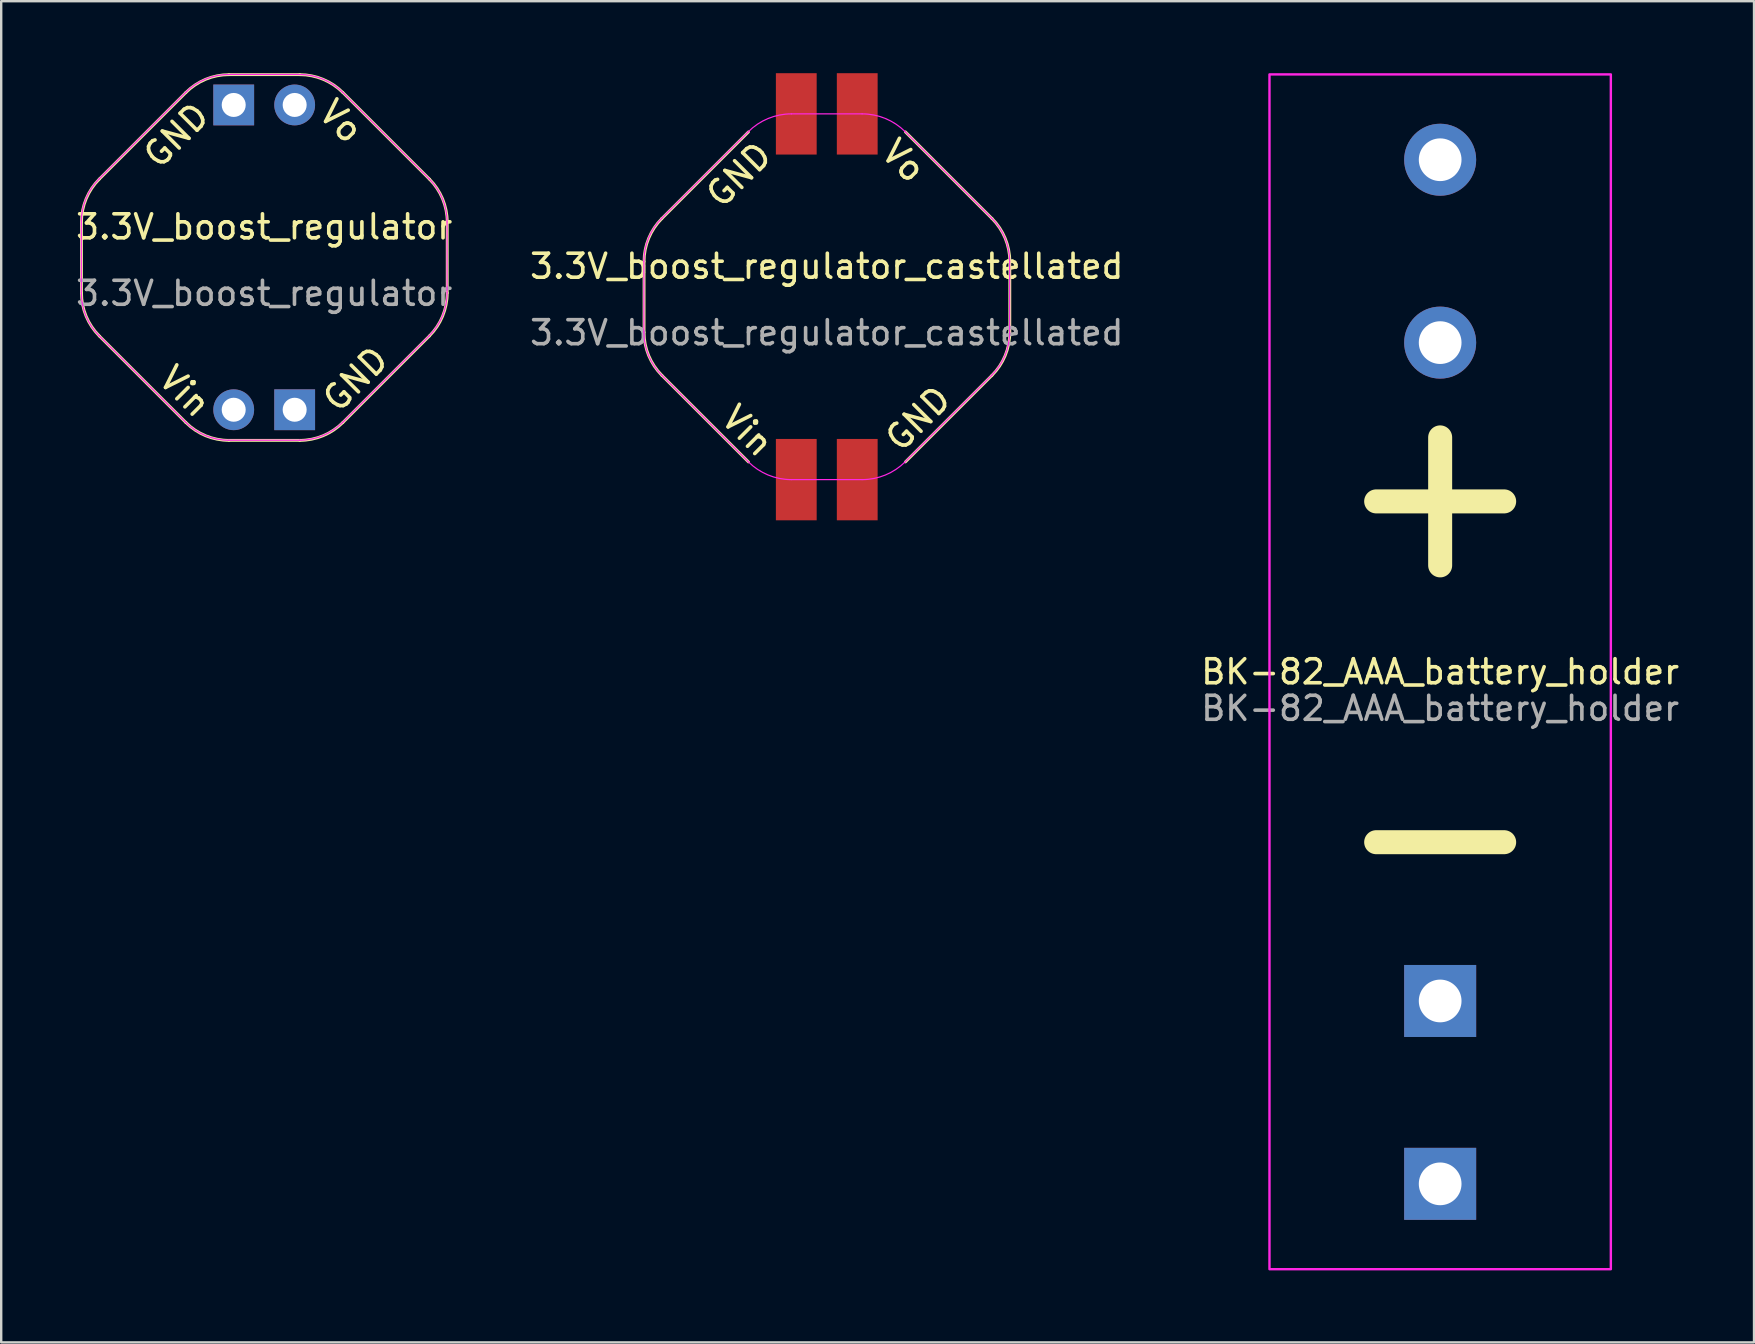
<source format=kicad_pcb>
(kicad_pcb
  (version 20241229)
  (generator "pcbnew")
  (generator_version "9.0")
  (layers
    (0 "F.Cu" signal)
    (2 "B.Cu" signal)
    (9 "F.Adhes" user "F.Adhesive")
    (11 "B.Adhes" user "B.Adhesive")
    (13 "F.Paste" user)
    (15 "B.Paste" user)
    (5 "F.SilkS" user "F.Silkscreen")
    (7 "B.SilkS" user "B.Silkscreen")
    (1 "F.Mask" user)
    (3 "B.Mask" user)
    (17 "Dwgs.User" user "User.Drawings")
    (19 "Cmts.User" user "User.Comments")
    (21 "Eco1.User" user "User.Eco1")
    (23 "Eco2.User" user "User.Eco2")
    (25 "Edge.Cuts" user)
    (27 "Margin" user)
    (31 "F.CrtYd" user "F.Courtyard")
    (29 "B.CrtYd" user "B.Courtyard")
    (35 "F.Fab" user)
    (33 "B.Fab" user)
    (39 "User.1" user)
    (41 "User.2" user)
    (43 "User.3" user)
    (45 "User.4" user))
  (footprint "BK-82_AAA_battery_holder"
    (layer "F.Cu")
    (at 56.958 24.942)
    (property "Reference" "BK-82_AAA_battery_holder" (at 0 0 0) (unlocked yes) (layer "F.SilkS") (effects (font (size 1 1) (thickness 0.15))))
    (attr smd)
    (fp_rect (start 7.112 -24.892) (end -7.112 24.892) (stroke (width 0.1) (type solid)) (fill no) (layer "F.CrtYd"))
    (fp_text user "+" (at 0 -7.62 0) (unlocked yes) (layer "F.SilkS") (effects (font (size 7 7) (thickness 1))))
    (fp_text user "-" (at 0 7.62 180) (unlocked yes) (layer "F.SilkS") (effects (font (size 7 7) (thickness 1))))
    (fp_text user "${REFERENCE}" (at 0 1.524 0) (unlocked yes) (layer "F.Fab") (effects (font (size 1 1) (thickness 0.15))))
    (pad "1" thru_hole circle (at 0 -21.336 180) (size 3 3) (drill 1.78) (layers "*.Cu" "*.Mask"))
    (pad "1" thru_hole circle (at 0 -13.716 180) (size 3 3) (drill 1.78) (layers "*.Cu" "*.Mask"))
    (pad "2" thru_hole rect (at 0 13.716 180) (size 3 3) (drill 1.78) (layers "*.Cu" "*.Mask"))
    (pad "2" thru_hole rect (at 0 21.336 180) (size 3 3) (drill 1.78) (layers "*.Cu" "*.Mask")))
  (footprint "3.3V_boost_regulator_castellated"
    (layer "F.Cu")
    (at 31.399 9.315)
    (property "Reference" "3.3V_boost_regulator_castellated" (at 0 -1.27 0) (unlocked yes) (layer "F.SilkS") (effects (font (size 1 1) (thickness 0.15))))
    (attr smd)
    (fp_line (start -7.613 -1.466) (end -7.613 1.481) (stroke (width 0.12) (type solid)) (layer "F.SilkS"))
    (fp_line (start -6.869 3.277) (end -3.262 6.883) (stroke (width 0.12) (type solid)) (layer "F.SilkS"))
    (fp_line (start -3.262 -6.869) (end -6.869 -3.262) (stroke (width 0.12) (type solid)) (layer "F.SilkS"))
    (fp_line (start 3.277 6.883) (end 6.883 3.277) (stroke (width 0.12) (type solid)) (layer "F.SilkS"))
    (fp_line (start 6.883 -3.262) (end 3.277 -6.869) (stroke (width 0.12) (type solid)) (layer "F.SilkS"))
    (fp_line (start 7.627 1.481) (end 7.627 -1.466) (stroke (width 0.12) (type solid)) (layer "F.SilkS"))
    (fp_arc (start -7.612651 -1.465851) (mid -7.419305 -2.437867) (end -6.868702 -3.261902) (stroke (width 0.12) (type solid)) (layer "F.SilkS"))
    (fp_arc (start -6.868702 3.2766) (mid -7.419304 2.452565) (end -7.612651 1.480549) (stroke (width 0.12) (type solid)) (layer "F.SilkS"))
    (fp_arc (start 6.8834 -3.261902) (mid 7.434002 -2.437867) (end 7.627349 -1.465851) (stroke (width 0.12) (type solid)) (layer "F.SilkS"))
    (fp_arc (start 7.627349 1.480549) (mid 7.434003 2.452565) (end 6.8834 3.2766) (stroke (width 0.12) (type solid)) (layer "F.SilkS"))
    (fp_line (start -7.62 -1.473) (end -7.62 1.473) (stroke (width 0.05) (type solid)) (layer "F.CrtYd"))
    (fp_line (start -6.876 3.269) (end -3.269 6.876) (stroke (width 0.05) (type solid)) (layer "F.CrtYd"))
    (fp_line (start -3.269 -6.876) (end -6.876 -3.269) (stroke (width 0.05) (type solid)) (layer "F.CrtYd"))
    (fp_line (start -1.473 7.62) (end 1.473 7.62) (stroke (width 0.05) (type solid)) (layer "F.CrtYd"))
    (fp_line (start 1.473 -7.62) (end -1.473 -7.62) (stroke (width 0.05) (type solid)) (layer "F.CrtYd"))
    (fp_line (start 3.269 6.876) (end 6.876 3.269) (stroke (width 0.05) (type solid)) (layer "F.CrtYd"))
    (fp_line (start 6.876 -3.269) (end 3.269 -6.876) (stroke (width 0.05) (type solid)) (layer "F.CrtYd"))
    (fp_line (start 7.62 1.473) (end 7.62 -1.473) (stroke (width 0.05) (type solid)) (layer "F.CrtYd"))
    (fp_arc (start -7.62 -1.4732) (mid -7.426654 -2.445216) (end -6.876051 -3.269251) (stroke (width 0.05) (type solid)) (layer "F.CrtYd"))
    (fp_arc (start -6.876051 3.269251) (mid -7.426653 2.445216) (end -7.62 1.4732) (stroke (width 0.05) (type solid)) (layer "F.CrtYd"))
    (fp_arc (start -3.269251 -6.876051) (mid -2.445216 -7.426653) (end -1.4732 -7.62) (stroke (width 0.05) (type solid)) (layer "F.CrtYd"))
    (fp_arc (start -1.4732 7.62) (mid -2.445216 7.426654) (end -3.269251 6.876051) (stroke (width 0.05) (type solid)) (layer "F.CrtYd"))
    (fp_arc (start 1.4732 -7.62) (mid 2.445216 -7.426654) (end 3.269251 -6.876051) (stroke (width 0.05) (type solid)) (layer "F.CrtYd"))
    (fp_arc (start 3.269251 6.876051) (mid 2.445216 7.426653) (end 1.4732 7.62) (stroke (width 0.05) (type solid)) (layer "F.CrtYd"))
    (fp_arc (start 6.876051 -3.269251) (mid 7.426653 -2.445216) (end 7.62 -1.4732) (stroke (width 0.05) (type solid)) (layer "F.CrtYd"))
    (fp_arc (start 7.62 1.4732) (mid 7.426654 2.445216) (end 6.876051 3.269251) (stroke (width 0.05) (type solid)) (layer "F.CrtYd"))
    (fp_text user "Vin" (at -3.302 5.588 315) (unlocked yes) (layer "F.SilkS") (effects (font (size 1 1) (thickness 0.15))))
    (fp_text user "GND" (at -3.658 -5.08 45) (unlocked yes) (layer "F.SilkS") (effects (font (size 1 1) (thickness 0.15))))
    (fp_text user "Vo" (at 3.2 -5.664 315) (unlocked yes) (layer "F.SilkS") (effects (font (size 1 1) (thickness 0.15))))
    (fp_text user "GND" (at 3.81 5.08 45) (unlocked yes) (layer "F.SilkS") (effects (font (size 1 1) (thickness 0.15))))
    (fp_text user "${REFERENCE}" (at 0 1.5 0) (unlocked yes) (layer "F.Fab") (effects (font (size 1 1) (thickness 0.15))))
    (pad "1" smd rect (at -1.27 -7.62 270) (size 3.39 1.7) (layers "F.Cu" "F.Mask" "F.Paste"))
    (pad "1" smd rect (at 1.27 7.62 90) (size 3.39 1.7) (layers "F.Cu" "F.Mask" "F.Paste"))
    (pad "2" smd rect (at -1.27 7.62 90) (size 3.39 1.7) (layers "F.Cu" "F.Mask" "F.Paste"))
    (pad "3" smd rect (at 1.27 -7.62 270) (size 3.39 1.7) (layers "F.Cu" "F.Mask" "F.Paste")))
  (footprint "3.3V_boost_regulator"
    (layer "F.Cu")
    (at 7.958 7.673)
    (property "Reference" "3.3V_boost_regulator" (at 0 -1.27 0) (unlocked yes) (layer "F.SilkS") (effects (font (size 1 1) (thickness 0.15))))
    (attr smd)
    (fp_line (start -7.613 -1.466) (end -7.613 1.481) (stroke (width 0.12) (type solid)) (layer "F.SilkS"))
    (fp_line (start -6.869 3.277) (end -3.262 6.883) (stroke (width 0.12) (type solid)) (layer "F.SilkS"))
    (fp_line (start -3.262 -6.869) (end -6.869 -3.262) (stroke (width 0.12) (type solid)) (layer "F.SilkS"))
    (fp_line (start -1.466 7.627) (end 1.481 7.627) (stroke (width 0.12) (type solid)) (layer "F.SilkS"))
    (fp_line (start 1.481 -7.613) (end -1.466 -7.613) (stroke (width 0.12) (type solid)) (layer "F.SilkS"))
    (fp_line (start 3.277 6.883) (end 6.883 3.277) (stroke (width 0.12) (type solid)) (layer "F.SilkS"))
    (fp_line (start 6.883 -3.262) (end 3.277 -6.869) (stroke (width 0.12) (type solid)) (layer "F.SilkS"))
    (fp_line (start 7.627 1.481) (end 7.627 -1.466) (stroke (width 0.12) (type solid)) (layer "F.SilkS"))
    (fp_arc (start -7.612651 -1.465851) (mid -7.419305 -2.437867) (end -6.868702 -3.261902) (stroke (width 0.12) (type solid)) (layer "F.SilkS"))
    (fp_arc (start -6.868702 3.2766) (mid -7.419304 2.452565) (end -7.612651 1.480549) (stroke (width 0.12) (type solid)) (layer "F.SilkS"))
    (fp_arc (start -3.261902 -6.868702) (mid -2.437867 -7.419304) (end -1.465851 -7.612651) (stroke (width 0.12) (type solid)) (layer "F.SilkS"))
    (fp_arc (start -1.465851 7.627349) (mid -2.437867 7.434003) (end -3.261902 6.8834) (stroke (width 0.12) (type solid)) (layer "F.SilkS"))
    (fp_arc (start 1.480549 -7.612651) (mid 2.452565 -7.419305) (end 3.2766 -6.868702) (stroke (width 0.12) (type solid)) (layer "F.SilkS"))
    (fp_arc (start 3.2766 6.8834) (mid 2.452565 7.434002) (end 1.480549 7.627349) (stroke (width 0.12) (type solid)) (layer "F.SilkS"))
    (fp_arc (start 6.8834 -3.261902) (mid 7.434002 -2.437867) (end 7.627349 -1.465851) (stroke (width 0.12) (type solid)) (layer "F.SilkS"))
    (fp_arc (start 7.627349 1.480549) (mid 7.434003 2.452565) (end 6.8834 3.2766) (stroke (width 0.12) (type solid)) (layer "F.SilkS"))
    (fp_line (start -7.62 -1.473) (end -7.62 1.473) (stroke (width 0.05) (type solid)) (layer "F.CrtYd"))
    (fp_line (start -6.876 3.269) (end -3.269 6.876) (stroke (width 0.05) (type solid)) (layer "F.CrtYd"))
    (fp_line (start -3.269 -6.876) (end -6.876 -3.269) (stroke (width 0.05) (type solid)) (layer "F.CrtYd"))
    (fp_line (start -1.473 7.62) (end 1.473 7.62) (stroke (width 0.05) (type solid)) (layer "F.CrtYd"))
    (fp_line (start 1.473 -7.62) (end -1.473 -7.62) (stroke (width 0.05) (type solid)) (layer "F.CrtYd"))
    (fp_line (start 3.269 6.876) (end 6.876 3.269) (stroke (width 0.05) (type solid)) (layer "F.CrtYd"))
    (fp_line (start 6.876 -3.269) (end 3.269 -6.876) (stroke (width 0.05) (type solid)) (layer "F.CrtYd"))
    (fp_line (start 7.62 1.473) (end 7.62 -1.473) (stroke (width 0.05) (type solid)) (layer "F.CrtYd"))
    (fp_arc (start -7.62 -1.4732) (mid -7.426654 -2.445216) (end -6.876051 -3.269251) (stroke (width 0.05) (type solid)) (layer "F.CrtYd"))
    (fp_arc (start -6.876051 3.269251) (mid -7.426653 2.445216) (end -7.62 1.4732) (stroke (width 0.05) (type solid)) (layer "F.CrtYd"))
    (fp_arc (start -3.269251 -6.876051) (mid -2.445216 -7.426653) (end -1.4732 -7.62) (stroke (width 0.05) (type solid)) (layer "F.CrtYd"))
    (fp_arc (start -1.4732 7.62) (mid -2.445216 7.426654) (end -3.269251 6.876051) (stroke (width 0.05) (type solid)) (layer "F.CrtYd"))
    (fp_arc (start 1.4732 -7.62) (mid 2.445216 -7.426654) (end 3.269251 -6.876051) (stroke (width 0.05) (type solid)) (layer "F.CrtYd"))
    (fp_arc (start 3.269251 6.876051) (mid 2.445216 7.426653) (end 1.4732 7.62) (stroke (width 0.05) (type solid)) (layer "F.CrtYd"))
    (fp_arc (start 6.876051 -3.269251) (mid 7.426653 -2.445216) (end 7.62 -1.4732) (stroke (width 0.05) (type solid)) (layer "F.CrtYd"))
    (fp_arc (start 7.62 1.4732) (mid 7.426654 2.445216) (end 6.876051 3.269251) (stroke (width 0.05) (type solid)) (layer "F.CrtYd"))
    (fp_text user "GND" (at 3.81 5.08 45) (unlocked yes) (layer "F.SilkS") (effects (font (size 1 1) (thickness 0.15))))
    (fp_text user "GND" (at -3.658 -5.08 45) (unlocked yes) (layer "F.SilkS") (effects (font (size 1 1) (thickness 0.15))))
    (fp_text user "Vin" (at -3.302 5.588 315) (unlocked yes) (layer "F.SilkS") (effects (font (size 1 1) (thickness 0.15))))
    (fp_text user "Vo" (at 3.2 -5.664 315) (unlocked yes) (layer "F.SilkS") (effects (font (size 1 1) (thickness 0.15))))
    (fp_text user "${REFERENCE}" (at 0 1.5 0) (unlocked yes) (layer "F.Fab") (effects (font (size 1 1) (thickness 0.15))))
    (pad "1" thru_hole rect (at -1.27 -6.35 270) (size 1.7 1.7) (drill 1) (layers "*.Cu" "*.Mask"))
    (pad "1" thru_hole rect (at 1.27 6.35 90) (size 1.7 1.7) (drill 1) (layers "*.Cu" "*.Mask"))
    (pad "2" thru_hole oval (at -1.27 6.35 90) (size 1.7 1.7) (drill 1) (layers "*.Cu" "*.Mask"))
    (pad "3" thru_hole oval (at 1.27 -6.35 270) (size 1.7 1.7) (drill 1) (layers "*.Cu" "*.Mask")))
  (gr_rect
    (start -3 -3)
    (end 70.036 52.884)
    (stroke (width 0.1) (type default))
    (fill no)
    (layer "Edge.Cuts")))
</source>
